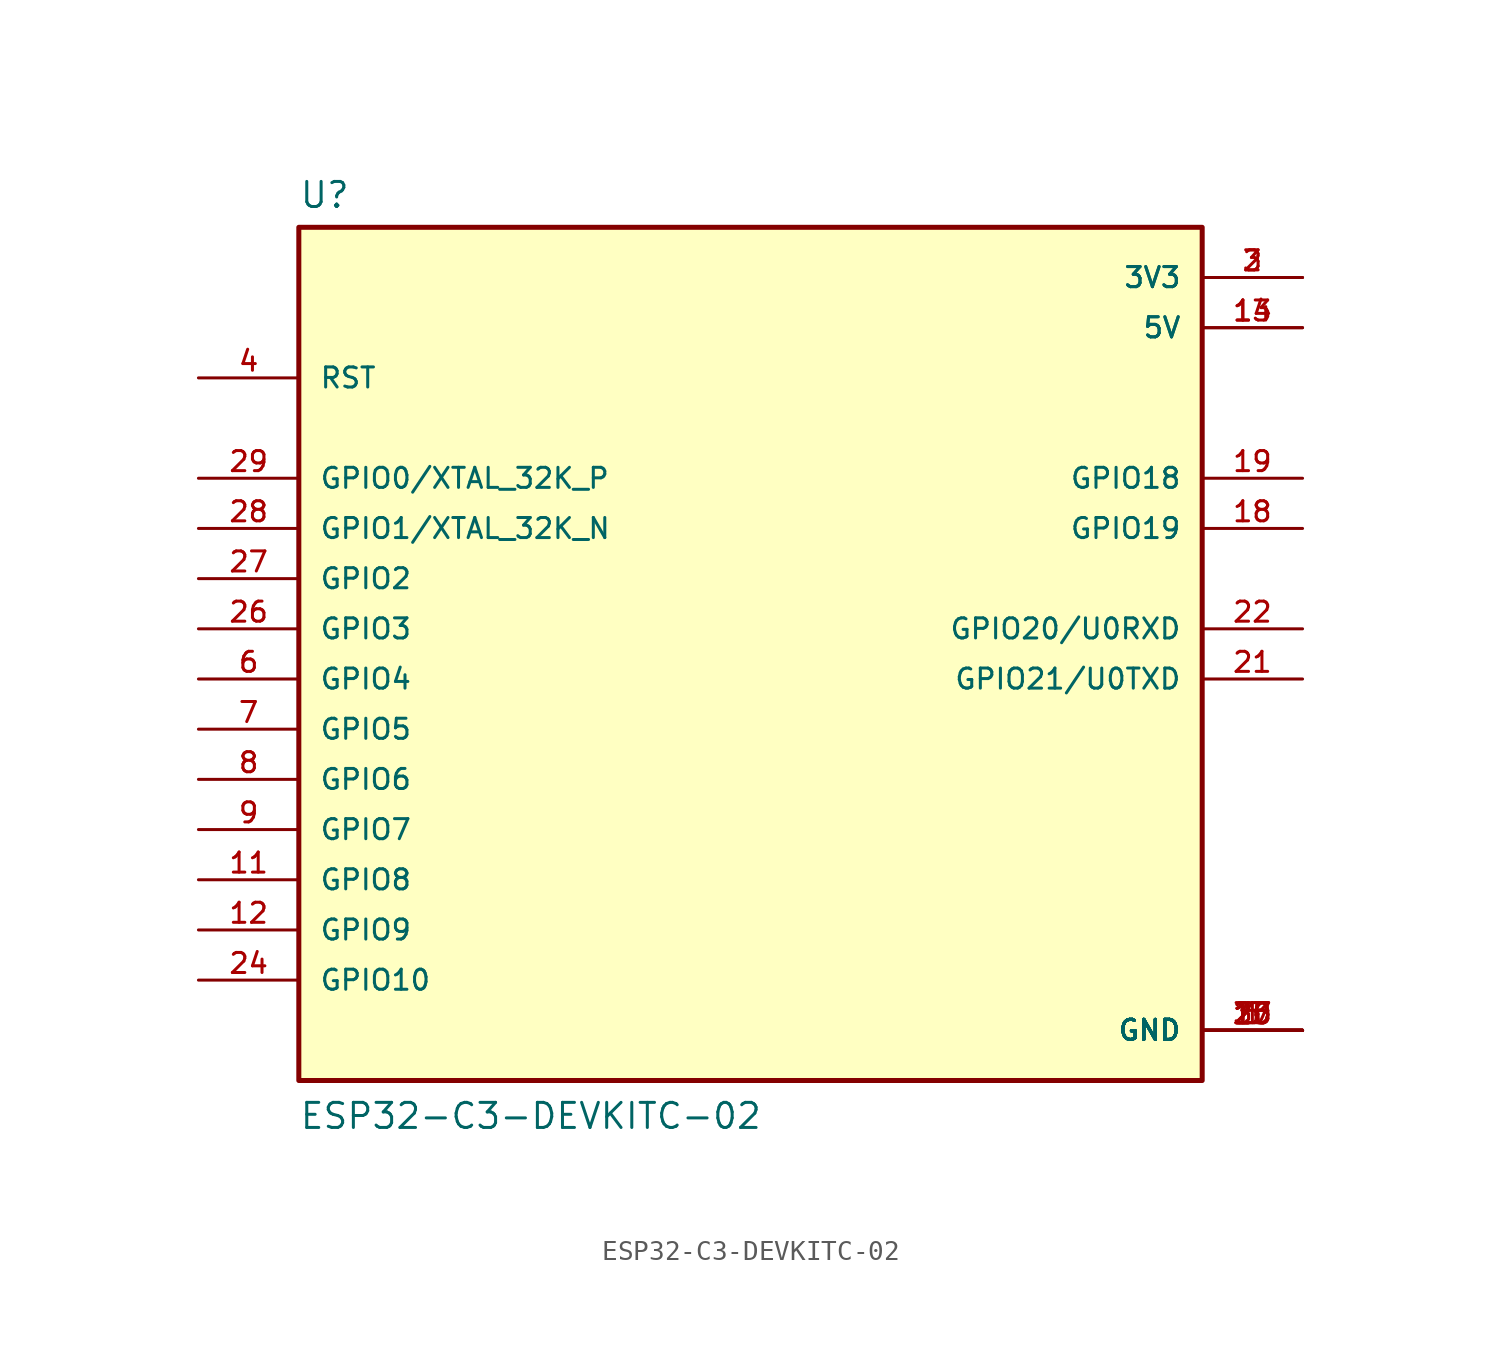
<source format=kicad_sym>
(kicad_symbol_lib
  (version 20211014)
  (generator kicad_symbol_editor)
  (symbol "ESP32-C3-DEVKITC-02"
    (pin_names
      (offset 1.016))
    (property "Reference" "U"
      (at -22.86 21.209 0)
      (effects (font (size 1.27 1.27)) (justify bottom left)))
    (property "Value" "ESP32-C3-DEVKITC-02"
      (at -22.86 -25.4 0)
      (effects (font (size 1.27 1.27)) (justify bottom left)))
    (symbol "ESP32-C3-DEVKITC-02_0_0"
      (rectangle (start -22.86 -22.86) (end 22.86 20.32) (stroke (width 0.254)) (fill (type background)))
      (pin power_in line (at 27.94 17.78 180.0) (length 5.08) (name "3V3" (effects (font (size 1.016 1.016)))) (number "2" (effects (font (size 1.016 1.016)))))
      (pin power_in line (at 27.94 17.78 180.0) (length 5.08) (name "3V3" (effects (font (size 1.016 1.016)))) (number "3" (effects (font (size 1.016 1.016)))))
      (pin input line (at -27.94 12.7 0) (length 5.08) (name "RST" (effects (font (size 1.016 1.016)))) (number "4" (effects (font (size 1.016 1.016)))))
      (pin power_in line (at 27.94 -20.32 180.0) (length 5.08) (name "GND" (effects (font (size 1.016 1.016)))) (number "1" (effects (font (size 1.016 1.016)))))
      (pin power_in line (at 27.94 -20.32 180.0) (length 5.08) (name "GND" (effects (font (size 1.016 1.016)))) (number "5" (effects (font (size 1.016 1.016)))))
      (pin power_in line (at 27.94 -20.32 180.0) (length 5.08) (name "GND" (effects (font (size 1.016 1.016)))) (number "10" (effects (font (size 1.016 1.016)))))
      (pin power_in line (at 27.94 -20.32 180.0) (length 5.08) (name "GND" (effects (font (size 1.016 1.016)))) (number "15" (effects (font (size 1.016 1.016)))))
      (pin power_in line (at 27.94 -20.32 180.0) (length 5.08) (name "GND" (effects (font (size 1.016 1.016)))) (number "16" (effects (font (size 1.016 1.016)))))
      (pin power_in line (at 27.94 -20.32 180.0) (length 5.08) (name "GND" (effects (font (size 1.016 1.016)))) (number "17" (effects (font (size 1.016 1.016)))))
      (pin power_in line (at 27.94 -20.32 180.0) (length 5.08) (name "GND" (effects (font (size 1.016 1.016)))) (number "20" (effects (font (size 1.016 1.016)))))
      (pin power_in line (at 27.94 -20.32 180.0) (length 5.08) (name "GND" (effects (font (size 1.016 1.016)))) (number "23" (effects (font (size 1.016 1.016)))))
      (pin power_in line (at 27.94 -20.32 180.0) (length 5.08) (name "GND" (effects (font (size 1.016 1.016)))) (number "25" (effects (font (size 1.016 1.016)))))
      (pin power_in line (at 27.94 -20.32 180.0) (length 5.08) (name "GND" (effects (font (size 1.016 1.016)))) (number "30" (effects (font (size 1.016 1.016)))))
      (pin bidirectional line (at -27.94 -15.24 0) (length 5.08) (name "GPIO9" (effects (font (size 1.016 1.016)))) (number "12" (effects (font (size 1.016 1.016)))))
      (pin bidirectional line (at -27.94 -17.78 0) (length 5.08) (name "GPIO10" (effects (font (size 1.016 1.016)))) (number "24" (effects (font (size 1.016 1.016)))))
      (pin power_in line (at 27.94 15.24 180.0) (length 5.08) (name "5V" (effects (font (size 1.016 1.016)))) (number "13" (effects (font (size 1.016 1.016)))))
      (pin power_in line (at 27.94 15.24 180.0) (length 5.08) (name "5V" (effects (font (size 1.016 1.016)))) (number "14" (effects (font (size 1.016 1.016)))))
      (pin bidirectional line (at -27.94 -7.62 0) (length 5.08) (name "GPIO6" (effects (font (size 1.016 1.016)))) (number "8" (effects (font (size 1.016 1.016)))))
      (pin bidirectional line (at -27.94 -10.16 0) (length 5.08) (name "GPIO7" (effects (font (size 1.016 1.016)))) (number "9" (effects (font (size 1.016 1.016)))))
      (pin bidirectional line (at -27.94 -12.7 0) (length 5.08) (name "GPIO8" (effects (font (size 1.016 1.016)))) (number "11" (effects (font (size 1.016 1.016)))))
      (pin bidirectional line (at -27.94 2.54 0) (length 5.08) (name "GPIO2" (effects (font (size 1.016 1.016)))) (number "27" (effects (font (size 1.016 1.016)))))
      (pin bidirectional line (at -27.94 7.62 0) (length 5.08) (name "GPIO0/XTAL_32K_P" (effects (font (size 1.016 1.016)))) (number "29" (effects (font (size 1.016 1.016)))))
      (pin bidirectional line (at -27.94 -2.54 0) (length 5.08) (name "GPIO4" (effects (font (size 1.016 1.016)))) (number "6" (effects (font (size 1.016 1.016)))))
      (pin bidirectional line (at -27.94 -5.08 0) (length 5.08) (name "GPIO5" (effects (font (size 1.016 1.016)))) (number "7" (effects (font (size 1.016 1.016)))))
      (pin bidirectional line (at 27.94 7.62 180.0) (length 5.08) (name "GPIO18" (effects (font (size 1.016 1.016)))) (number "19" (effects (font (size 1.016 1.016)))))
      (pin bidirectional line (at 27.94 5.08 180.0) (length 5.08) (name "GPIO19" (effects (font (size 1.016 1.016)))) (number "18" (effects (font (size 1.016 1.016)))))
      (pin bidirectional line (at 27.94 0.0 180.0) (length 5.08) (name "GPIO20/U0RXD" (effects (font (size 1.016 1.016)))) (number "22" (effects (font (size 1.016 1.016)))))
      (pin bidirectional line (at -27.94 0.0 0) (length 5.08) (name "GPIO3" (effects (font (size 1.016 1.016)))) (number "26" (effects (font (size 1.016 1.016)))))
      (pin bidirectional line (at -27.94 5.08 0) (length 5.08) (name "GPIO1/XTAL_32K_N" (effects (font (size 1.016 1.016)))) (number "28" (effects (font (size 1.016 1.016)))))
      (pin bidirectional line (at 27.94 -2.54 180.0) (length 5.08) (name "GPIO21/U0TXD" (effects (font (size 1.016 1.016)))) (number "21" (effects (font (size 1.016 1.016))))))))
</source>
